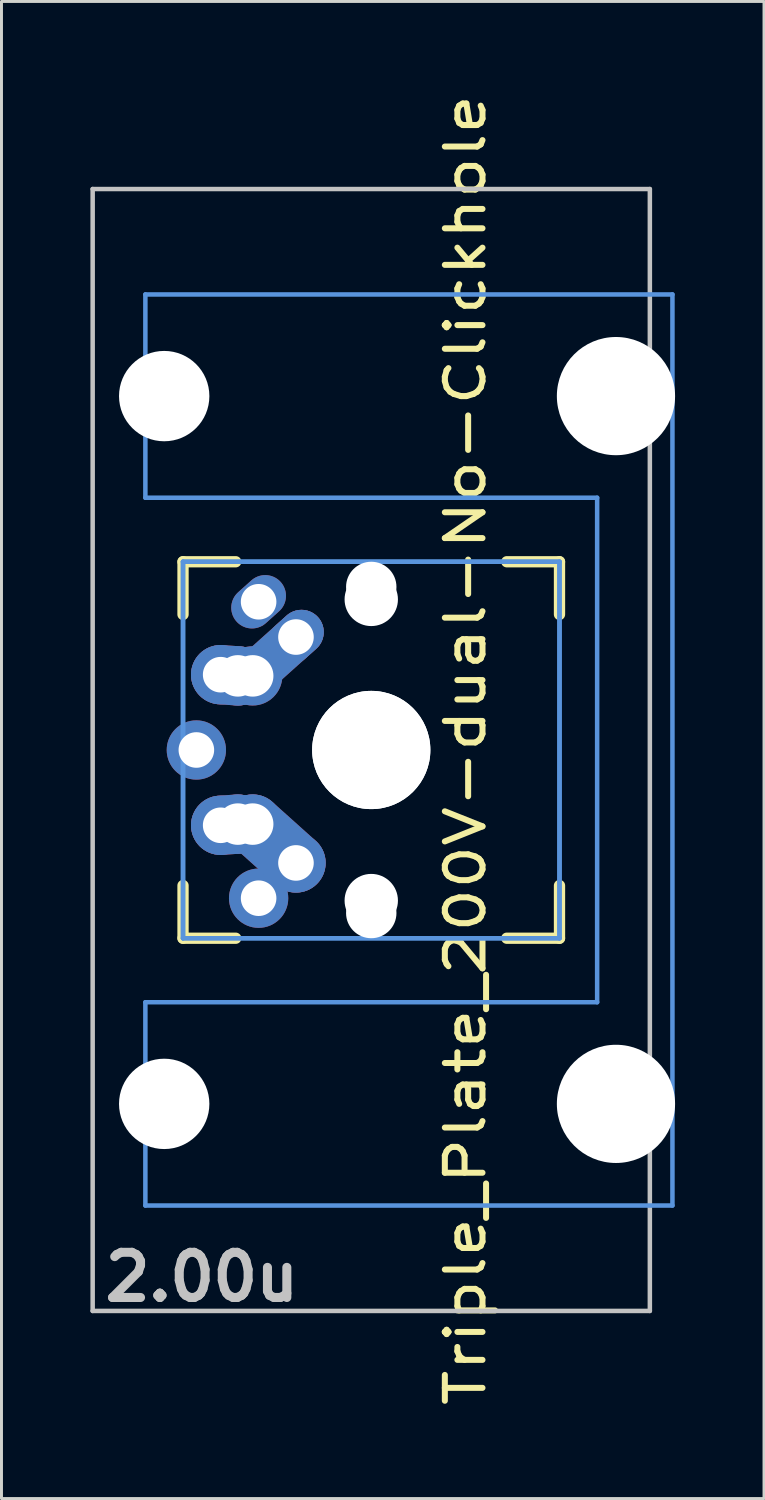
<source format=kicad_pcb>
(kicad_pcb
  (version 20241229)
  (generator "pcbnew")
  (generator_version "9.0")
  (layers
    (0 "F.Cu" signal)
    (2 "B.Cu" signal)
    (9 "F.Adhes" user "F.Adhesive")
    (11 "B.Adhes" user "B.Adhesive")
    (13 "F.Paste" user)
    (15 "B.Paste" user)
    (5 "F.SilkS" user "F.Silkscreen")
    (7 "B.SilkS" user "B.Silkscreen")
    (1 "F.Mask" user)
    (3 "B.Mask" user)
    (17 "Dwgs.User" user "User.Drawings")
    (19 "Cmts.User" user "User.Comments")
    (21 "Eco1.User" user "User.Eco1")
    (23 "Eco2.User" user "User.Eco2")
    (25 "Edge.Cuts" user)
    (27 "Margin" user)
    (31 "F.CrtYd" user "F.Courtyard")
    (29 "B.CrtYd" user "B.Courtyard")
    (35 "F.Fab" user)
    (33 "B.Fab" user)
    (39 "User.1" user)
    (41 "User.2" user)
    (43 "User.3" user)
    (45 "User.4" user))
  (footprint "Triple_Plate_200V-dual-No-Clickhole"
    (layer "F.Cu")
    (at 9.474 22.25)
    (property "Reference" "Triple_Plate_200V-dual-No-Clickhole" (at 3.175 0 90) (layer "F.SilkS") (effects (font (size 1.27 1.524) (thickness 0.203))))
    (attr through_hole)
    (fp_line (start -6.35 -6.35) (end -4.572 -6.35) (stroke (width 0.381) (type solid)) (layer "F.SilkS"))
    (fp_line (start -6.35 -4.572) (end -6.35 -6.35) (stroke (width 0.381) (type solid)) (layer "F.SilkS"))
    (fp_line (start -6.35 6.35) (end -6.35 4.572) (stroke (width 0.381) (type solid)) (layer "F.SilkS"))
    (fp_line (start -4.572 6.35) (end -6.35 6.35) (stroke (width 0.381) (type solid)) (layer "F.SilkS"))
    (fp_line (start 4.572 -6.35) (end 6.35 -6.35) (stroke (width 0.381) (type solid)) (layer "F.SilkS"))
    (fp_line (start 6.35 -6.35) (end 6.35 -4.572) (stroke (width 0.381) (type solid)) (layer "F.SilkS"))
    (fp_line (start 6.35 4.572) (end 6.35 6.35) (stroke (width 0.381) (type solid)) (layer "F.SilkS"))
    (fp_line (start 6.35 6.35) (end 4.572 6.35) (stroke (width 0.381) (type solid)) (layer "F.SilkS"))
    (fp_line (start -9.398 -18.923) (end 9.398 -18.923) (stroke (width 0.152) (type solid)) (layer "Dwgs.User"))
    (fp_line (start -9.398 18.923) (end -9.398 -18.923) (stroke (width 0.152) (type solid)) (layer "Dwgs.User"))
    (fp_line (start 9.398 -18.923) (end 9.398 18.923) (stroke (width 0.152) (type solid)) (layer "Dwgs.User"))
    (fp_line (start 9.398 18.923) (end -9.398 18.923) (stroke (width 0.152) (type solid)) (layer "Dwgs.User"))
    (fp_line (start -7.62 -15.367) (end -7.62 -8.509) (stroke (width 0.152) (type solid)) (layer "Cmts.User"))
    (fp_line (start -7.62 -8.509) (end 7.62 -8.509) (stroke (width 0.152) (type solid)) (layer "Cmts.User"))
    (fp_line (start -7.62 8.509) (end -7.62 15.367) (stroke (width 0.152) (type solid)) (layer "Cmts.User"))
    (fp_line (start -7.62 15.367) (end 10.16 15.367) (stroke (width 0.152) (type solid)) (layer "Cmts.User"))
    (fp_line (start -6.35 -6.35) (end 6.35 -6.35) (stroke (width 0.152) (type solid)) (layer "Cmts.User"))
    (fp_line (start -6.35 -6.35) (end 6.35 -6.35) (stroke (width 0.152) (type solid)) (layer "Cmts.User"))
    (fp_line (start -6.35 6.35) (end -6.35 -6.35) (stroke (width 0.152) (type solid)) (layer "Cmts.User"))
    (fp_line (start -6.35 6.35) (end -6.35 -6.35) (stroke (width 0.152) (type solid)) (layer "Cmts.User"))
    (fp_line (start 6.35 -6.35) (end 6.35 6.35) (stroke (width 0.152) (type solid)) (layer "Cmts.User"))
    (fp_line (start 6.35 -6.35) (end 6.35 6.35) (stroke (width 0.152) (type solid)) (layer "Cmts.User"))
    (fp_line (start 6.35 6.35) (end -6.35 6.35) (stroke (width 0.152) (type solid)) (layer "Cmts.User"))
    (fp_line (start 6.35 6.35) (end -6.35 6.35) (stroke (width 0.152) (type solid)) (layer "Cmts.User"))
    (fp_line (start 7.62 -8.509) (end 7.62 8.509) (stroke (width 0.152) (type solid)) (layer "Cmts.User"))
    (fp_line (start 7.62 8.509) (end -7.62 8.509) (stroke (width 0.152) (type solid)) (layer "Cmts.User"))
    (fp_line (start 10.16 -15.367) (end -7.62 -15.367) (stroke (width 0.152) (type solid)) (layer "Cmts.User"))
    (fp_line (start 10.16 15.367) (end 10.16 -15.367) (stroke (width 0.152) (type solid)) (layer "Cmts.User"))
    (fp_line (start -6.985 -6.985) (end -4.877 -6.985) (stroke (width 0.152) (type solid)) (layer "Eco2.User"))
    (fp_line (start -6.985 -6.985) (end 6.985 -6.985) (stroke (width 0.152) (type solid)) (layer "Eco2.User"))
    (fp_line (start -6.985 6.985) (end -6.985 -6.985) (stroke (width 0.152) (type solid)) (layer "Eco2.User"))
    (fp_line (start -6.985 6.985) (end -6.985 -6.985) (stroke (width 0.152) (type solid)) (layer "Eco2.User"))
    (fp_line (start -5.69 -15.265) (end -2.286 -15.265) (stroke (width 0.152) (type solid)) (layer "Eco2.User"))
    (fp_line (start -5.69 -8.611) (end -5.69 -15.265) (stroke (width 0.152) (type solid)) (layer "Eco2.User"))
    (fp_line (start -5.69 8.611) (end -4.877 8.611) (stroke (width 0.152) (type solid)) (layer "Eco2.User"))
    (fp_line (start -5.69 15.265) (end -5.69 8.611) (stroke (width 0.152) (type solid)) (layer "Eco2.User"))
    (fp_line (start -4.877 -8.611) (end -5.69 -8.611) (stroke (width 0.152) (type solid)) (layer "Eco2.User"))
    (fp_line (start -4.877 -6.985) (end -4.877 -8.611) (stroke (width 0.152) (type solid)) (layer "Eco2.User"))
    (fp_line (start -4.877 6.985) (end -6.985 6.985) (stroke (width 0.152) (type solid)) (layer "Eco2.User"))
    (fp_line (start -4.877 8.611) (end -4.877 6.985) (stroke (width 0.152) (type solid)) (layer "Eco2.User"))
    (fp_line (start -2.286 -16.129) (end 0.508 -16.129) (stroke (width 0.152) (type solid)) (layer "Eco2.User"))
    (fp_line (start -2.286 -15.265) (end -2.286 -16.129) (stroke (width 0.152) (type solid)) (layer "Eco2.User"))
    (fp_line (start -2.286 15.265) (end -5.69 15.265) (stroke (width 0.152) (type solid)) (layer "Eco2.User"))
    (fp_line (start -2.286 16.129) (end -2.286 15.265) (stroke (width 0.152) (type solid)) (layer "Eco2.User"))
    (fp_line (start 0.508 -16.129) (end 0.508 -15.265) (stroke (width 0.152) (type solid)) (layer "Eco2.User"))
    (fp_line (start 0.508 -15.265) (end 6.604 -15.265) (stroke (width 0.152) (type solid)) (layer "Eco2.User"))
    (fp_line (start 0.508 15.265) (end 0.508 16.129) (stroke (width 0.152) (type solid)) (layer "Eco2.User"))
    (fp_line (start 0.508 16.129) (end -2.286 16.129) (stroke (width 0.152) (type solid)) (layer "Eco2.User"))
    (fp_line (start 5.817 -8.611) (end 5.817 -6.985) (stroke (width 0.152) (type solid)) (layer "Eco2.User"))
    (fp_line (start 5.817 -6.985) (end 6.985 -6.985) (stroke (width 0.152) (type solid)) (layer "Eco2.User"))
    (fp_line (start 5.817 6.985) (end 5.817 8.611) (stroke (width 0.152) (type solid)) (layer "Eco2.User"))
    (fp_line (start 5.817 8.611) (end 6.604 8.611) (stroke (width 0.152) (type solid)) (layer "Eco2.User"))
    (fp_line (start 6.604 -15.265) (end 6.604 -14.224) (stroke (width 0.152) (type solid)) (layer "Eco2.User"))
    (fp_line (start 6.604 -14.224) (end 7.772 -14.224) (stroke (width 0.152) (type solid)) (layer "Eco2.User"))
    (fp_line (start 6.604 -9.652) (end 6.604 -8.611) (stroke (width 0.152) (type solid)) (layer "Eco2.User"))
    (fp_line (start 6.604 -8.611) (end 5.817 -8.611) (stroke (width 0.152) (type solid)) (layer "Eco2.User"))
    (fp_line (start 6.604 8.611) (end 6.604 9.652) (stroke (width 0.152) (type solid)) (layer "Eco2.User"))
    (fp_line (start 6.604 9.652) (end 7.772 9.652) (stroke (width 0.152) (type solid)) (layer "Eco2.User"))
    (fp_line (start 6.604 14.224) (end 6.604 15.265) (stroke (width 0.152) (type solid)) (layer "Eco2.User"))
    (fp_line (start 6.604 15.265) (end 0.508 15.265) (stroke (width 0.152) (type solid)) (layer "Eco2.User"))
    (fp_line (start 6.985 -6.985) (end 6.985 6.985) (stroke (width 0.152) (type solid)) (layer "Eco2.User"))
    (fp_line (start 6.985 -6.985) (end 6.985 6.985) (stroke (width 0.152) (type solid)) (layer "Eco2.User"))
    (fp_line (start 6.985 6.985) (end -6.985 6.985) (stroke (width 0.152) (type solid)) (layer "Eco2.User"))
    (fp_line (start 6.985 6.985) (end 5.817 6.985) (stroke (width 0.152) (type solid)) (layer "Eco2.User"))
    (fp_line (start 7.772 -14.224) (end 7.772 -9.652) (stroke (width 0.152) (type solid)) (layer "Eco2.User"))
    (fp_line (start 7.772 -9.652) (end 6.604 -9.652) (stroke (width 0.152) (type solid)) (layer "Eco2.User"))
    (fp_line (start 7.772 9.652) (end 7.772 14.224) (stroke (width 0.152) (type solid)) (layer "Eco2.User"))
    (fp_line (start 7.772 14.224) (end 6.604 14.224) (stroke (width 0.152) (type solid)) (layer "Eco2.User"))
    (fp_text user "2.00u" (at -5.715 17.78 0) (layer "Dwgs.User") (effects (font (size 1.524 1.524) (thickness 0.305))))
    (pad "" np_thru_hole circle (at -6.985 -11.938 90) (size 3.048 3.048) (drill 3.048) (layers "*.Cu"))
    (pad "" np_thru_hole circle (at -6.985 11.938 90) (size 3.048 3.048) (drill 3.048) (layers "*.Cu"))
    (pad "" np_thru_hole circle (at 0 -5.5 90) (size 1.7 1.7) (drill 1.7) (layers "*.Cu"))
    (pad "" np_thru_hole circle (at 0 -5.08 90) (size 1.8 1.8) (drill 1.8) (layers "*.Cu"))
    (pad "" np_thru_hole circle (at 0 0 90) (size 3.988 3.988) (drill 3.988) (layers "*.Cu"))
    (pad "" np_thru_hole circle (at 0 0 90) (size 3.988 3.988) (drill 3.988) (layers "*.Cu"))
    (pad "" np_thru_hole circle (at 0 5.08 90) (size 1.8 1.8) (drill 1.8) (layers "*.Cu"))
    (pad "" np_thru_hole circle (at 0 5.5 90) (size 1.7 1.7) (drill 1.7) (layers "*.Cu"))
    (pad "" np_thru_hole circle (at 8.255 -11.938 90) (size 3.988 3.988) (drill 3.988) (layers "*.Cu"))
    (pad "" np_thru_hole circle (at 8.255 11.938 90) (size 3.988 3.988) (drill 3.988) (layers "*.Cu"))
    (pad "1" thru_hole circle (at -5.08 2.54 60.95) (size 2 2) (drill 1.2) (layers "*.Cu" "*.Mask"))
    (pad "1" smd oval (at -4.79 2.52 93.945) (size 2 2.581) (layers "F.Cu" "F.Mask" "F.Paste"))
    (pad "1" smd oval (at -4.79 2.52 93.945) (size 2 2.581) (layers "B.Cu" "B.Mask" "B.Paste"))
    (pad "1" thru_hole circle (at -4.5 2.5 60.95) (size 2 2) (drill 1.4) (layers "*.Cu" "*.Mask"))
    (pad "1" thru_hole circle (at -4 2.5 60.95) (size 2 2) (drill 1.4) (layers "*.Cu" "*.Mask"))
    (pad "1" thru_hole oval (at -3.8 -5 311.9) (size 1.4 2) (drill 1.2) (layers "*.Cu" "*.Mask"))
    (pad "1" thru_hole circle (at -3.8 5 228.1) (size 2 2) (drill 1.2) (layers "*.Cu" "*.Mask"))
    (pad "1" smd oval (at -3.27 3.155 228.1) (size 2 3.962) (layers "F.Cu" "F.Mask" "F.Paste"))
    (pad "1" smd oval (at -3.27 3.155 228.1) (size 2 3.962) (layers "B.Cu" "B.Mask" "B.Paste"))
    (pad "1" thru_hole circle (at -2.54 3.81 90) (size 2 2) (drill oval 1.2) (layers "*.Cu" "*.Mask"))
    (pad "2" thru_hole circle (at -5.9 0 90) (size 2 2) (drill 1.2) (layers "*.Cu" "*.Mask"))
    (pad "2" thru_hole circle (at -5.08 -2.54 60.95) (size 2 2) (drill 1.2) (layers "*.Cu" "*.Mask"))
    (pad "2" smd oval (at -4.79 -2.52 86.055) (size 2 2.581) (layers "F.Cu" "F.Mask" "F.Paste"))
    (pad "2" smd oval (at -4.79 -2.52 86.055) (size 2 2.581) (layers "B.Cu" "B.Mask" "B.Paste"))
    (pad "2" thru_hole circle (at -4.5 -2.5 60.95) (size 2 2) (drill 1.4) (layers "*.Cu" "*.Mask"))
    (pad "2" thru_hole circle (at -4 -2.5 90) (size 2 2) (drill 1.4) (layers "*.Cu" "*.Mask"))
    (pad "2" smd oval (at -3.27 -3.155 311.9) (size 1.5 3.962) (layers "F.Cu" "F.Mask" "F.Paste"))
    (pad "2" smd oval (at -3.27 -3.155 311.9) (size 1.5 3.962) (layers "B.Cu" "B.Mask" "B.Paste"))
    (pad "2" thru_hole oval (at -2.54 -3.81 41.9) (size 2 1.5) (drill 1.2) (layers "*.Cu" "*.Mask")))
  (gr_rect
    (start -3 -3)
    (end 22.723 47.501)
    (stroke (width 0.1) (type default))
    (fill no)
    (layer "Edge.Cuts")))
</source>
